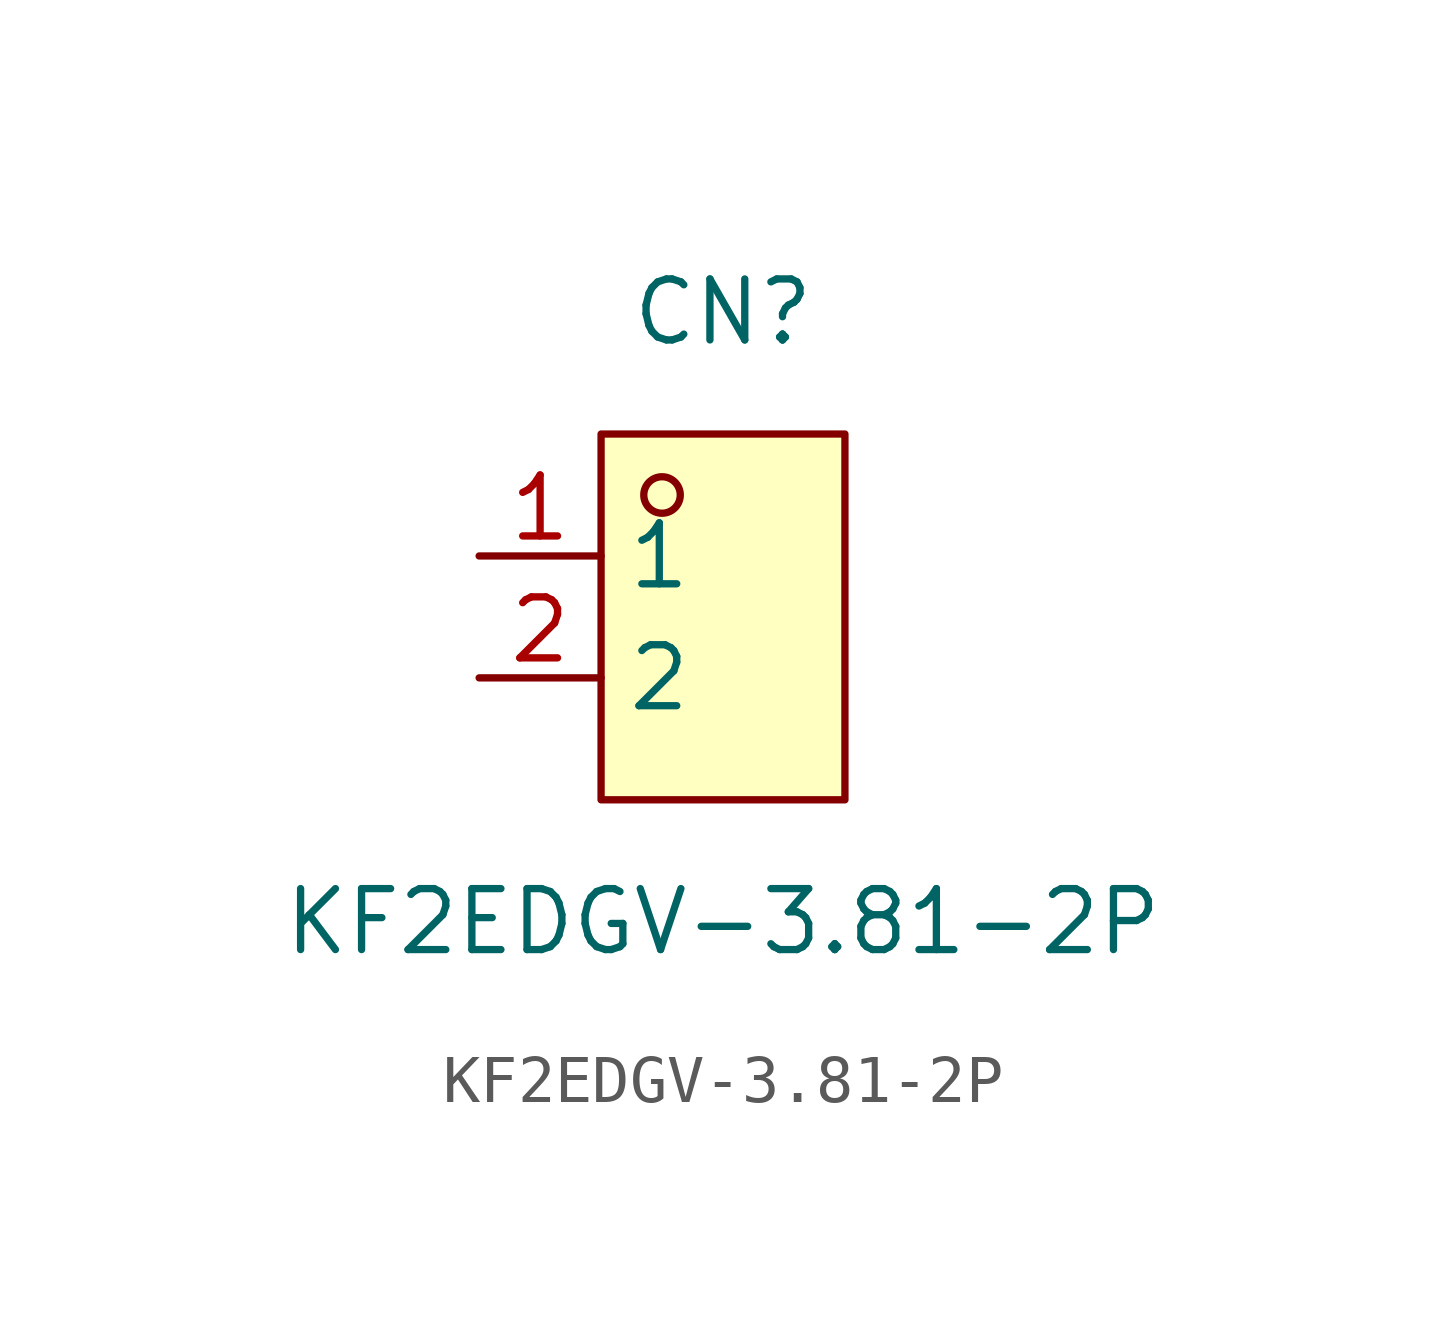
<source format=kicad_sym>
(kicad_symbol_lib
  (version 20211014)
  (generator https://github.com/uPesy/easyeda2kicad.py)
  (symbol "KF2EDGV-3.81-2P"
    (property "Reference" "CN"
      (at 0 6.35 0)
      (effects (font (size 1.27 1.27))))
    (property "Value" "KF2EDGV-3.81-2P"
      (at 0 -6.35 0)
      (effects (font (size 1.27 1.27))))
    (symbol "KF2EDGV-3.81-2P_0_1"
      (rectangle (start -2.54 3.81) (end 2.54 -3.81) (stroke (width 0) (type default) (color 0 0 0 0)) (fill (type background)))
      (circle (center -1.27 2.54) (radius 0.38) (stroke (width 0) (type default) (color 0 0 0 0)) (fill (type none)))
      (pin unspecified line (at -5.08 1.27 0) (length 2.54) (name "1" (effects (font (size 1.27 1.27)))) (number "1" (effects (font (size 1.27 1.27)))))
      (pin unspecified line (at -5.08 -1.27 0) (length 2.54) (name "2" (effects (font (size 1.27 1.27)))) (number "2" (effects (font (size 1.27 1.27))))))))
</source>
